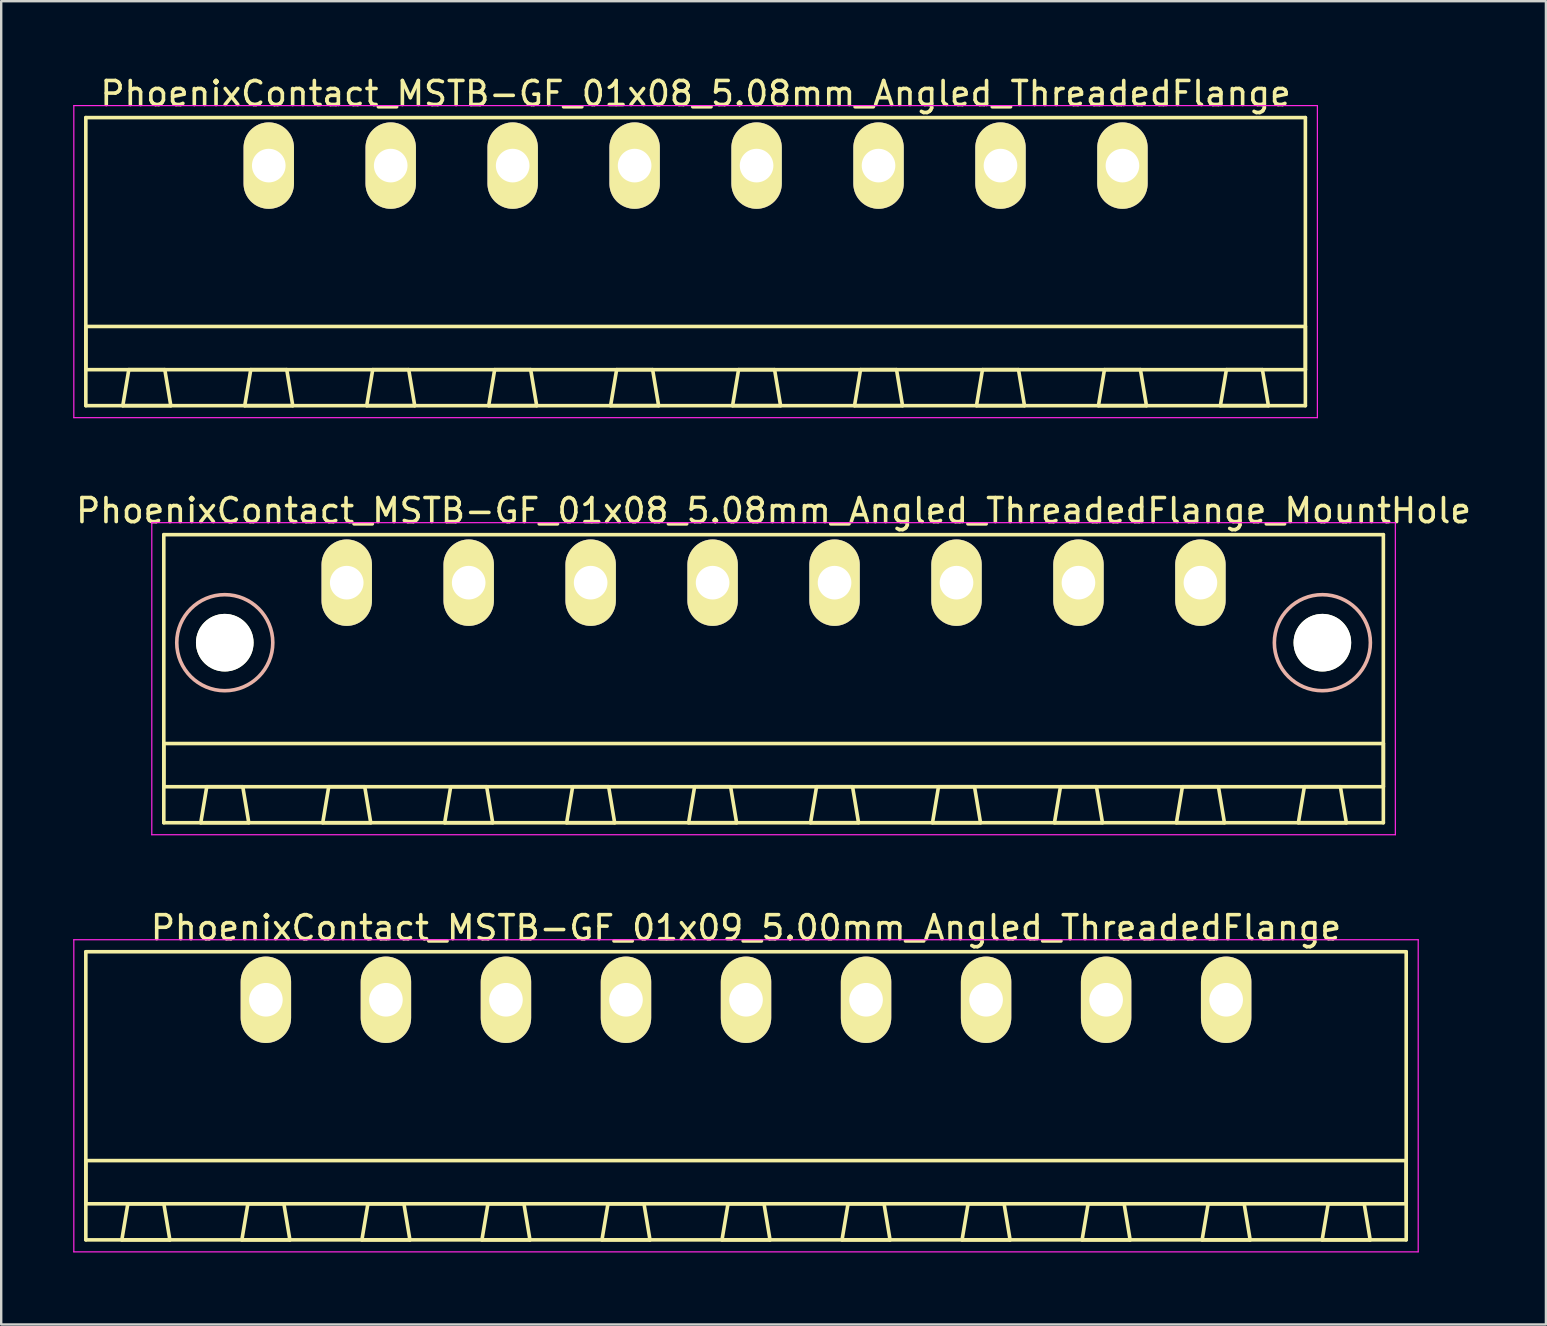
<source format=kicad_pcb>
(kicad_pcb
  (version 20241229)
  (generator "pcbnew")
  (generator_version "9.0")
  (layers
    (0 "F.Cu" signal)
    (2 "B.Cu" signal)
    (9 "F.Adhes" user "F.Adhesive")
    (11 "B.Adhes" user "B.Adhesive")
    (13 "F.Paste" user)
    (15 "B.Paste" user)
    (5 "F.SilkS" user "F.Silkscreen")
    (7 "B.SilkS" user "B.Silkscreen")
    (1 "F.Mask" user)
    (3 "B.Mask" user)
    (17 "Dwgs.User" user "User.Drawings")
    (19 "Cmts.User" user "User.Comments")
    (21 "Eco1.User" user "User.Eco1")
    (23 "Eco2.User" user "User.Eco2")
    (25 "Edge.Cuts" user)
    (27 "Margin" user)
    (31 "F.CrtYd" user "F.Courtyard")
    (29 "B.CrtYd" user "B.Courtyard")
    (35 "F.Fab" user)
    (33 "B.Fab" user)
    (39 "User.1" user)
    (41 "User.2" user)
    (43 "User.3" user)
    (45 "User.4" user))
  (footprint "PhoenixContact_MSTB-GF_01x08_5.08mm_Angled_ThreadedFlange_MountHole"
    (layer "F.Cu")
    (at 11.393 21.221)
    (property "Reference" "PhoenixContact_MSTB-GF_01x08_5.08mm_Angled_ThreadedFlange_MountHole" (at 17.78 -3 0) (layer "F.SilkS") (effects (font (size 1 1) (thickness 0.15))))
    (attr through_hole)
    (fp_line (start -7.62 -2) (end -7.62 10) (stroke (width 0.15) (type solid)) (layer "F.SilkS"))
    (fp_line (start -7.62 6.7) (end 43.18 6.7) (stroke (width 0.15) (type solid)) (layer "F.SilkS"))
    (fp_line (start -7.62 8.5) (end -7.62 6.7) (stroke (width 0.15) (type solid)) (layer "F.SilkS"))
    (fp_line (start -7.62 10) (end 43.18 10) (stroke (width 0.15) (type solid)) (layer "F.SilkS"))
    (fp_line (start -6.08 10) (end -4.08 10) (stroke (width 0.15) (type solid)) (layer "F.SilkS"))
    (fp_line (start -5.83 8.5) (end -6.08 10) (stroke (width 0.15) (type solid)) (layer "F.SilkS"))
    (fp_line (start -4.33 8.5) (end -5.83 8.5) (stroke (width 0.15) (type solid)) (layer "F.SilkS"))
    (fp_line (start -4.08 10) (end -4.33 8.5) (stroke (width 0.15) (type solid)) (layer "F.SilkS"))
    (fp_line (start -1 10) (end 1 10) (stroke (width 0.15) (type solid)) (layer "F.SilkS"))
    (fp_line (start -0.75 8.5) (end -1 10) (stroke (width 0.15) (type solid)) (layer "F.SilkS"))
    (fp_line (start 0.75 8.5) (end -0.75 8.5) (stroke (width 0.15) (type solid)) (layer "F.SilkS"))
    (fp_line (start 1 10) (end 0.75 8.5) (stroke (width 0.15) (type solid)) (layer "F.SilkS"))
    (fp_line (start 4.08 10) (end 6.08 10) (stroke (width 0.15) (type solid)) (layer "F.SilkS"))
    (fp_line (start 4.33 8.5) (end 4.08 10) (stroke (width 0.15) (type solid)) (layer "F.SilkS"))
    (fp_line (start 5.83 8.5) (end 4.33 8.5) (stroke (width 0.15) (type solid)) (layer "F.SilkS"))
    (fp_line (start 6.08 10) (end 5.83 8.5) (stroke (width 0.15) (type solid)) (layer "F.SilkS"))
    (fp_line (start 9.16 10) (end 11.16 10) (stroke (width 0.15) (type solid)) (layer "F.SilkS"))
    (fp_line (start 9.41 8.5) (end 9.16 10) (stroke (width 0.15) (type solid)) (layer "F.SilkS"))
    (fp_line (start 10.91 8.5) (end 9.41 8.5) (stroke (width 0.15) (type solid)) (layer "F.SilkS"))
    (fp_line (start 11.16 10) (end 10.91 8.5) (stroke (width 0.15) (type solid)) (layer "F.SilkS"))
    (fp_line (start 14.24 10) (end 16.24 10) (stroke (width 0.15) (type solid)) (layer "F.SilkS"))
    (fp_line (start 14.49 8.5) (end 14.24 10) (stroke (width 0.15) (type solid)) (layer "F.SilkS"))
    (fp_line (start 15.99 8.5) (end 14.49 8.5) (stroke (width 0.15) (type solid)) (layer "F.SilkS"))
    (fp_line (start 16.24 10) (end 15.99 8.5) (stroke (width 0.15) (type solid)) (layer "F.SilkS"))
    (fp_line (start 19.32 10) (end 21.32 10) (stroke (width 0.15) (type solid)) (layer "F.SilkS"))
    (fp_line (start 19.57 8.5) (end 19.32 10) (stroke (width 0.15) (type solid)) (layer "F.SilkS"))
    (fp_line (start 21.07 8.5) (end 19.57 8.5) (stroke (width 0.15) (type solid)) (layer "F.SilkS"))
    (fp_line (start 21.32 10) (end 21.07 8.5) (stroke (width 0.15) (type solid)) (layer "F.SilkS"))
    (fp_line (start 24.4 10) (end 26.4 10) (stroke (width 0.15) (type solid)) (layer "F.SilkS"))
    (fp_line (start 24.65 8.5) (end 24.4 10) (stroke (width 0.15) (type solid)) (layer "F.SilkS"))
    (fp_line (start 26.15 8.5) (end 24.65 8.5) (stroke (width 0.15) (type solid)) (layer "F.SilkS"))
    (fp_line (start 26.4 10) (end 26.15 8.5) (stroke (width 0.15) (type solid)) (layer "F.SilkS"))
    (fp_line (start 29.48 10) (end 31.48 10) (stroke (width 0.15) (type solid)) (layer "F.SilkS"))
    (fp_line (start 29.73 8.5) (end 29.48 10) (stroke (width 0.15) (type solid)) (layer "F.SilkS"))
    (fp_line (start 31.23 8.5) (end 29.73 8.5) (stroke (width 0.15) (type solid)) (layer "F.SilkS"))
    (fp_line (start 31.48 10) (end 31.23 8.5) (stroke (width 0.15) (type solid)) (layer "F.SilkS"))
    (fp_line (start 34.56 10) (end 36.56 10) (stroke (width 0.15) (type solid)) (layer "F.SilkS"))
    (fp_line (start 34.81 8.5) (end 34.56 10) (stroke (width 0.15) (type solid)) (layer "F.SilkS"))
    (fp_line (start 36.31 8.5) (end 34.81 8.5) (stroke (width 0.15) (type solid)) (layer "F.SilkS"))
    (fp_line (start 36.56 10) (end 36.31 8.5) (stroke (width 0.15) (type solid)) (layer "F.SilkS"))
    (fp_line (start 39.64 10) (end 41.64 10) (stroke (width 0.15) (type solid)) (layer "F.SilkS"))
    (fp_line (start 39.89 8.5) (end 39.64 10) (stroke (width 0.15) (type solid)) (layer "F.SilkS"))
    (fp_line (start 41.39 8.5) (end 39.89 8.5) (stroke (width 0.15) (type solid)) (layer "F.SilkS"))
    (fp_line (start 41.64 10) (end 41.39 8.5) (stroke (width 0.15) (type solid)) (layer "F.SilkS"))
    (fp_line (start 43.18 -2) (end -7.62 -2) (stroke (width 0.15) (type solid)) (layer "F.SilkS"))
    (fp_line (start 43.18 6.7) (end 43.18 8.5) (stroke (width 0.15) (type solid)) (layer "F.SilkS"))
    (fp_line (start 43.18 8.5) (end -7.62 8.5) (stroke (width 0.15) (type solid)) (layer "F.SilkS"))
    (fp_line (start 43.18 10) (end 43.18 -2) (stroke (width 0.15) (type solid)) (layer "F.SilkS"))
    (fp_circle (center -5.08 2.5) (end -3.08 2.5) (stroke (width 0.15) (type solid)) (fill no) (layer "B.SilkS"))
    (fp_circle (center 40.64 2.5) (end 42.64 2.5) (stroke (width 0.15) (type solid)) (fill no) (layer "B.SilkS"))
    (fp_line (start -8.12 -2.5) (end -8.12 10.5) (stroke (width 0.05) (type solid)) (layer "F.CrtYd"))
    (fp_line (start -8.12 10.5) (end 43.68 10.5) (stroke (width 0.05) (type solid)) (layer "F.CrtYd"))
    (fp_line (start 43.68 -2.5) (end -8.12 -2.5) (stroke (width 0.05) (type solid)) (layer "F.CrtYd"))
    (fp_line (start 43.68 10.5) (end 43.68 -2.5) (stroke (width 0.05) (type solid)) (layer "F.CrtYd"))
    (pad "" np_thru_hole circle (at -5.08 2.5) (size 2.4 2.4) (drill 2.4) (layers "*.Cu" "*.Mask" "F.SilkS"))
    (pad "" np_thru_hole circle (at 40.64 2.5) (size 2.4 2.4) (drill 2.4) (layers "*.Cu" "*.Mask" "F.SilkS"))
    (pad "1" thru_hole oval (at 0 0) (size 2.1 3.6) (drill 1.4) (layers "*.Cu" "*.Mask" "F.SilkS"))
    (pad "2" thru_hole oval (at 5.08 0) (size 2.1 3.6) (drill 1.4) (layers "*.Cu" "*.Mask" "F.SilkS"))
    (pad "3" thru_hole oval (at 10.16 0) (size 2.1 3.6) (drill 1.4) (layers "*.Cu" "*.Mask" "F.SilkS"))
    (pad "4" thru_hole oval (at 15.24 0) (size 2.1 3.6) (drill 1.4) (layers "*.Cu" "*.Mask" "F.SilkS"))
    (pad "5" thru_hole oval (at 20.32 0) (size 2.1 3.6) (drill 1.4) (layers "*.Cu" "*.Mask" "F.SilkS"))
    (pad "6" thru_hole oval (at 25.4 0) (size 2.1 3.6) (drill 1.4) (layers "*.Cu" "*.Mask" "F.SilkS"))
    (pad "7" thru_hole oval (at 30.48 0) (size 2.1 3.6) (drill 1.4) (layers "*.Cu" "*.Mask" "F.SilkS"))
    (pad "8" thru_hole oval (at 35.56 0) (size 2.1 3.6) (drill 1.4) (layers "*.Cu" "*.Mask" "F.SilkS")))
  (footprint "PhoenixContact_MSTB-GF_01x08_5.08mm_Angled_ThreadedFlange"
    (layer "F.Cu")
    (at 8.145 3.848)
    (property "Reference" "PhoenixContact_MSTB-GF_01x08_5.08mm_Angled_ThreadedFlange" (at 17.78 -3 0) (layer "F.SilkS") (effects (font (size 1 1) (thickness 0.15))))
    (attr through_hole)
    (fp_line (start -7.62 -2) (end -7.62 10) (stroke (width 0.15) (type solid)) (layer "F.SilkS"))
    (fp_line (start -7.62 6.7) (end 43.18 6.7) (stroke (width 0.15) (type solid)) (layer "F.SilkS"))
    (fp_line (start -7.62 8.5) (end -7.62 6.7) (stroke (width 0.15) (type solid)) (layer "F.SilkS"))
    (fp_line (start -7.62 10) (end 43.18 10) (stroke (width 0.15) (type solid)) (layer "F.SilkS"))
    (fp_line (start -6.08 10) (end -4.08 10) (stroke (width 0.15) (type solid)) (layer "F.SilkS"))
    (fp_line (start -5.83 8.5) (end -6.08 10) (stroke (width 0.15) (type solid)) (layer "F.SilkS"))
    (fp_line (start -4.33 8.5) (end -5.83 8.5) (stroke (width 0.15) (type solid)) (layer "F.SilkS"))
    (fp_line (start -4.08 10) (end -4.33 8.5) (stroke (width 0.15) (type solid)) (layer "F.SilkS"))
    (fp_line (start -1 10) (end 1 10) (stroke (width 0.15) (type solid)) (layer "F.SilkS"))
    (fp_line (start -0.75 8.5) (end -1 10) (stroke (width 0.15) (type solid)) (layer "F.SilkS"))
    (fp_line (start 0.75 8.5) (end -0.75 8.5) (stroke (width 0.15) (type solid)) (layer "F.SilkS"))
    (fp_line (start 1 10) (end 0.75 8.5) (stroke (width 0.15) (type solid)) (layer "F.SilkS"))
    (fp_line (start 4.08 10) (end 6.08 10) (stroke (width 0.15) (type solid)) (layer "F.SilkS"))
    (fp_line (start 4.33 8.5) (end 4.08 10) (stroke (width 0.15) (type solid)) (layer "F.SilkS"))
    (fp_line (start 5.83 8.5) (end 4.33 8.5) (stroke (width 0.15) (type solid)) (layer "F.SilkS"))
    (fp_line (start 6.08 10) (end 5.83 8.5) (stroke (width 0.15) (type solid)) (layer "F.SilkS"))
    (fp_line (start 9.16 10) (end 11.16 10) (stroke (width 0.15) (type solid)) (layer "F.SilkS"))
    (fp_line (start 9.41 8.5) (end 9.16 10) (stroke (width 0.15) (type solid)) (layer "F.SilkS"))
    (fp_line (start 10.91 8.5) (end 9.41 8.5) (stroke (width 0.15) (type solid)) (layer "F.SilkS"))
    (fp_line (start 11.16 10) (end 10.91 8.5) (stroke (width 0.15) (type solid)) (layer "F.SilkS"))
    (fp_line (start 14.24 10) (end 16.24 10) (stroke (width 0.15) (type solid)) (layer "F.SilkS"))
    (fp_line (start 14.49 8.5) (end 14.24 10) (stroke (width 0.15) (type solid)) (layer "F.SilkS"))
    (fp_line (start 15.99 8.5) (end 14.49 8.5) (stroke (width 0.15) (type solid)) (layer "F.SilkS"))
    (fp_line (start 16.24 10) (end 15.99 8.5) (stroke (width 0.15) (type solid)) (layer "F.SilkS"))
    (fp_line (start 19.32 10) (end 21.32 10) (stroke (width 0.15) (type solid)) (layer "F.SilkS"))
    (fp_line (start 19.57 8.5) (end 19.32 10) (stroke (width 0.15) (type solid)) (layer "F.SilkS"))
    (fp_line (start 21.07 8.5) (end 19.57 8.5) (stroke (width 0.15) (type solid)) (layer "F.SilkS"))
    (fp_line (start 21.32 10) (end 21.07 8.5) (stroke (width 0.15) (type solid)) (layer "F.SilkS"))
    (fp_line (start 24.4 10) (end 26.4 10) (stroke (width 0.15) (type solid)) (layer "F.SilkS"))
    (fp_line (start 24.65 8.5) (end 24.4 10) (stroke (width 0.15) (type solid)) (layer "F.SilkS"))
    (fp_line (start 26.15 8.5) (end 24.65 8.5) (stroke (width 0.15) (type solid)) (layer "F.SilkS"))
    (fp_line (start 26.4 10) (end 26.15 8.5) (stroke (width 0.15) (type solid)) (layer "F.SilkS"))
    (fp_line (start 29.48 10) (end 31.48 10) (stroke (width 0.15) (type solid)) (layer "F.SilkS"))
    (fp_line (start 29.73 8.5) (end 29.48 10) (stroke (width 0.15) (type solid)) (layer "F.SilkS"))
    (fp_line (start 31.23 8.5) (end 29.73 8.5) (stroke (width 0.15) (type solid)) (layer "F.SilkS"))
    (fp_line (start 31.48 10) (end 31.23 8.5) (stroke (width 0.15) (type solid)) (layer "F.SilkS"))
    (fp_line (start 34.56 10) (end 36.56 10) (stroke (width 0.15) (type solid)) (layer "F.SilkS"))
    (fp_line (start 34.81 8.5) (end 34.56 10) (stroke (width 0.15) (type solid)) (layer "F.SilkS"))
    (fp_line (start 36.31 8.5) (end 34.81 8.5) (stroke (width 0.15) (type solid)) (layer "F.SilkS"))
    (fp_line (start 36.56 10) (end 36.31 8.5) (stroke (width 0.15) (type solid)) (layer "F.SilkS"))
    (fp_line (start 39.64 10) (end 41.64 10) (stroke (width 0.15) (type solid)) (layer "F.SilkS"))
    (fp_line (start 39.89 8.5) (end 39.64 10) (stroke (width 0.15) (type solid)) (layer "F.SilkS"))
    (fp_line (start 41.39 8.5) (end 39.89 8.5) (stroke (width 0.15) (type solid)) (layer "F.SilkS"))
    (fp_line (start 41.64 10) (end 41.39 8.5) (stroke (width 0.15) (type solid)) (layer "F.SilkS"))
    (fp_line (start 43.18 -2) (end -7.62 -2) (stroke (width 0.15) (type solid)) (layer "F.SilkS"))
    (fp_line (start 43.18 6.7) (end 43.18 8.5) (stroke (width 0.15) (type solid)) (layer "F.SilkS"))
    (fp_line (start 43.18 8.5) (end -7.62 8.5) (stroke (width 0.15) (type solid)) (layer "F.SilkS"))
    (fp_line (start 43.18 10) (end 43.18 -2) (stroke (width 0.15) (type solid)) (layer "F.SilkS"))
    (fp_line (start -8.12 -2.5) (end -8.12 10.5) (stroke (width 0.05) (type solid)) (layer "F.CrtYd"))
    (fp_line (start -8.12 10.5) (end 43.68 10.5) (stroke (width 0.05) (type solid)) (layer "F.CrtYd"))
    (fp_line (start 43.68 -2.5) (end -8.12 -2.5) (stroke (width 0.05) (type solid)) (layer "F.CrtYd"))
    (fp_line (start 43.68 10.5) (end 43.68 -2.5) (stroke (width 0.05) (type solid)) (layer "F.CrtYd"))
    (pad "1" thru_hole oval (at 0 0) (size 2.1 3.6) (drill 1.4) (layers "*.Cu" "*.Mask" "F.SilkS"))
    (pad "2" thru_hole oval (at 5.08 0) (size 2.1 3.6) (drill 1.4) (layers "*.Cu" "*.Mask" "F.SilkS"))
    (pad "3" thru_hole oval (at 10.16 0) (size 2.1 3.6) (drill 1.4) (layers "*.Cu" "*.Mask" "F.SilkS"))
    (pad "4" thru_hole oval (at 15.24 0) (size 2.1 3.6) (drill 1.4) (layers "*.Cu" "*.Mask" "F.SilkS"))
    (pad "5" thru_hole oval (at 20.32 0) (size 2.1 3.6) (drill 1.4) (layers "*.Cu" "*.Mask" "F.SilkS"))
    (pad "6" thru_hole oval (at 25.4 0) (size 2.1 3.6) (drill 1.4) (layers "*.Cu" "*.Mask" "F.SilkS"))
    (pad "7" thru_hole oval (at 30.48 0) (size 2.1 3.6) (drill 1.4) (layers "*.Cu" "*.Mask" "F.SilkS"))
    (pad "8" thru_hole oval (at 35.56 0) (size 2.1 3.6) (drill 1.4) (layers "*.Cu" "*.Mask" "F.SilkS")))
  (footprint "PhoenixContact_MSTB-GF_01x09_5.00mm_Angled_ThreadedFlange"
    (layer "F.Cu")
    (at 8.025 38.595)
    (property "Reference" "PhoenixContact_MSTB-GF_01x09_5.00mm_Angled_ThreadedFlange" (at 20 -3 0) (layer "F.SilkS") (effects (font (size 1 1) (thickness 0.15))))
    (attr through_hole)
    (fp_line (start -7.5 -2) (end -7.5 10) (stroke (width 0.15) (type solid)) (layer "F.SilkS"))
    (fp_line (start -7.5 6.7) (end 47.5 6.7) (stroke (width 0.15) (type solid)) (layer "F.SilkS"))
    (fp_line (start -7.5 8.5) (end -7.5 6.7) (stroke (width 0.15) (type solid)) (layer "F.SilkS"))
    (fp_line (start -7.5 10) (end 47.5 10) (stroke (width 0.15) (type solid)) (layer "F.SilkS"))
    (fp_line (start -6 10) (end -4 10) (stroke (width 0.15) (type solid)) (layer "F.SilkS"))
    (fp_line (start -5.75 8.5) (end -6 10) (stroke (width 0.15) (type solid)) (layer "F.SilkS"))
    (fp_line (start -4.25 8.5) (end -5.75 8.5) (stroke (width 0.15) (type solid)) (layer "F.SilkS"))
    (fp_line (start -4 10) (end -4.25 8.5) (stroke (width 0.15) (type solid)) (layer "F.SilkS"))
    (fp_line (start -1 10) (end 1 10) (stroke (width 0.15) (type solid)) (layer "F.SilkS"))
    (fp_line (start -0.75 8.5) (end -1 10) (stroke (width 0.15) (type solid)) (layer "F.SilkS"))
    (fp_line (start 0.75 8.5) (end -0.75 8.5) (stroke (width 0.15) (type solid)) (layer "F.SilkS"))
    (fp_line (start 1 10) (end 0.75 8.5) (stroke (width 0.15) (type solid)) (layer "F.SilkS"))
    (fp_line (start 4 10) (end 6 10) (stroke (width 0.15) (type solid)) (layer "F.SilkS"))
    (fp_line (start 4.25 8.5) (end 4 10) (stroke (width 0.15) (type solid)) (layer "F.SilkS"))
    (fp_line (start 5.75 8.5) (end 4.25 8.5) (stroke (width 0.15) (type solid)) (layer "F.SilkS"))
    (fp_line (start 6 10) (end 5.75 8.5) (stroke (width 0.15) (type solid)) (layer "F.SilkS"))
    (fp_line (start 9 10) (end 11 10) (stroke (width 0.15) (type solid)) (layer "F.SilkS"))
    (fp_line (start 9.25 8.5) (end 9 10) (stroke (width 0.15) (type solid)) (layer "F.SilkS"))
    (fp_line (start 10.75 8.5) (end 9.25 8.5) (stroke (width 0.15) (type solid)) (layer "F.SilkS"))
    (fp_line (start 11 10) (end 10.75 8.5) (stroke (width 0.15) (type solid)) (layer "F.SilkS"))
    (fp_line (start 14 10) (end 16 10) (stroke (width 0.15) (type solid)) (layer "F.SilkS"))
    (fp_line (start 14.25 8.5) (end 14 10) (stroke (width 0.15) (type solid)) (layer "F.SilkS"))
    (fp_line (start 15.75 8.5) (end 14.25 8.5) (stroke (width 0.15) (type solid)) (layer "F.SilkS"))
    (fp_line (start 16 10) (end 15.75 8.5) (stroke (width 0.15) (type solid)) (layer "F.SilkS"))
    (fp_line (start 19 10) (end 21 10) (stroke (width 0.15) (type solid)) (layer "F.SilkS"))
    (fp_line (start 19.25 8.5) (end 19 10) (stroke (width 0.15) (type solid)) (layer "F.SilkS"))
    (fp_line (start 20.75 8.5) (end 19.25 8.5) (stroke (width 0.15) (type solid)) (layer "F.SilkS"))
    (fp_line (start 21 10) (end 20.75 8.5) (stroke (width 0.15) (type solid)) (layer "F.SilkS"))
    (fp_line (start 24 10) (end 26 10) (stroke (width 0.15) (type solid)) (layer "F.SilkS"))
    (fp_line (start 24.25 8.5) (end 24 10) (stroke (width 0.15) (type solid)) (layer "F.SilkS"))
    (fp_line (start 25.75 8.5) (end 24.25 8.5) (stroke (width 0.15) (type solid)) (layer "F.SilkS"))
    (fp_line (start 26 10) (end 25.75 8.5) (stroke (width 0.15) (type solid)) (layer "F.SilkS"))
    (fp_line (start 29 10) (end 31 10) (stroke (width 0.15) (type solid)) (layer "F.SilkS"))
    (fp_line (start 29.25 8.5) (end 29 10) (stroke (width 0.15) (type solid)) (layer "F.SilkS"))
    (fp_line (start 30.75 8.5) (end 29.25 8.5) (stroke (width 0.15) (type solid)) (layer "F.SilkS"))
    (fp_line (start 31 10) (end 30.75 8.5) (stroke (width 0.15) (type solid)) (layer "F.SilkS"))
    (fp_line (start 34 10) (end 36 10) (stroke (width 0.15) (type solid)) (layer "F.SilkS"))
    (fp_line (start 34.25 8.5) (end 34 10) (stroke (width 0.15) (type solid)) (layer "F.SilkS"))
    (fp_line (start 35.75 8.5) (end 34.25 8.5) (stroke (width 0.15) (type solid)) (layer "F.SilkS"))
    (fp_line (start 36 10) (end 35.75 8.5) (stroke (width 0.15) (type solid)) (layer "F.SilkS"))
    (fp_line (start 39 10) (end 41 10) (stroke (width 0.15) (type solid)) (layer "F.SilkS"))
    (fp_line (start 39.25 8.5) (end 39 10) (stroke (width 0.15) (type solid)) (layer "F.SilkS"))
    (fp_line (start 40.75 8.5) (end 39.25 8.5) (stroke (width 0.15) (type solid)) (layer "F.SilkS"))
    (fp_line (start 41 10) (end 40.75 8.5) (stroke (width 0.15) (type solid)) (layer "F.SilkS"))
    (fp_line (start 44 10) (end 46 10) (stroke (width 0.15) (type solid)) (layer "F.SilkS"))
    (fp_line (start 44.25 8.5) (end 44 10) (stroke (width 0.15) (type solid)) (layer "F.SilkS"))
    (fp_line (start 45.75 8.5) (end 44.25 8.5) (stroke (width 0.15) (type solid)) (layer "F.SilkS"))
    (fp_line (start 46 10) (end 45.75 8.5) (stroke (width 0.15) (type solid)) (layer "F.SilkS"))
    (fp_line (start 47.5 -2) (end -7.5 -2) (stroke (width 0.15) (type solid)) (layer "F.SilkS"))
    (fp_line (start 47.5 6.7) (end 47.5 8.5) (stroke (width 0.15) (type solid)) (layer "F.SilkS"))
    (fp_line (start 47.5 8.5) (end -7.5 8.5) (stroke (width 0.15) (type solid)) (layer "F.SilkS"))
    (fp_line (start 47.5 10) (end 47.5 -2) (stroke (width 0.15) (type solid)) (layer "F.SilkS"))
    (fp_line (start -8 -2.5) (end -8 10.5) (stroke (width 0.05) (type solid)) (layer "F.CrtYd"))
    (fp_line (start -8 10.5) (end 48 10.5) (stroke (width 0.05) (type solid)) (layer "F.CrtYd"))
    (fp_line (start 48 -2.5) (end -8 -2.5) (stroke (width 0.05) (type solid)) (layer "F.CrtYd"))
    (fp_line (start 48 10.5) (end 48 -2.5) (stroke (width 0.05) (type solid)) (layer "F.CrtYd"))
    (pad "1" thru_hole oval (at 0 0) (size 2.1 3.6) (drill 1.4) (layers "*.Cu" "*.Mask" "F.SilkS"))
    (pad "2" thru_hole oval (at 5 0) (size 2.1 3.6) (drill 1.4) (layers "*.Cu" "*.Mask" "F.SilkS"))
    (pad "3" thru_hole oval (at 10 0) (size 2.1 3.6) (drill 1.4) (layers "*.Cu" "*.Mask" "F.SilkS"))
    (pad "4" thru_hole oval (at 15 0) (size 2.1 3.6) (drill 1.4) (layers "*.Cu" "*.Mask" "F.SilkS"))
    (pad "5" thru_hole oval (at 20 0) (size 2.1 3.6) (drill 1.4) (layers "*.Cu" "*.Mask" "F.SilkS"))
    (pad "6" thru_hole oval (at 25 0) (size 2.1 3.6) (drill 1.4) (layers "*.Cu" "*.Mask" "F.SilkS"))
    (pad "7" thru_hole oval (at 30 0) (size 2.1 3.6) (drill 1.4) (layers "*.Cu" "*.Mask" "F.SilkS"))
    (pad "8" thru_hole oval (at 35 0) (size 2.1 3.6) (drill 1.4) (layers "*.Cu" "*.Mask" "F.SilkS"))
    (pad "9" thru_hole oval (at 40 0) (size 2.1 3.6) (drill 1.4) (layers "*.Cu" "*.Mask" "F.SilkS")))
  (gr_rect
    (start -3 -3)
    (end 61.345 52.12)
    (stroke (width 0.1) (type default))
    (fill no)
    (layer "Edge.Cuts")))
</source>
